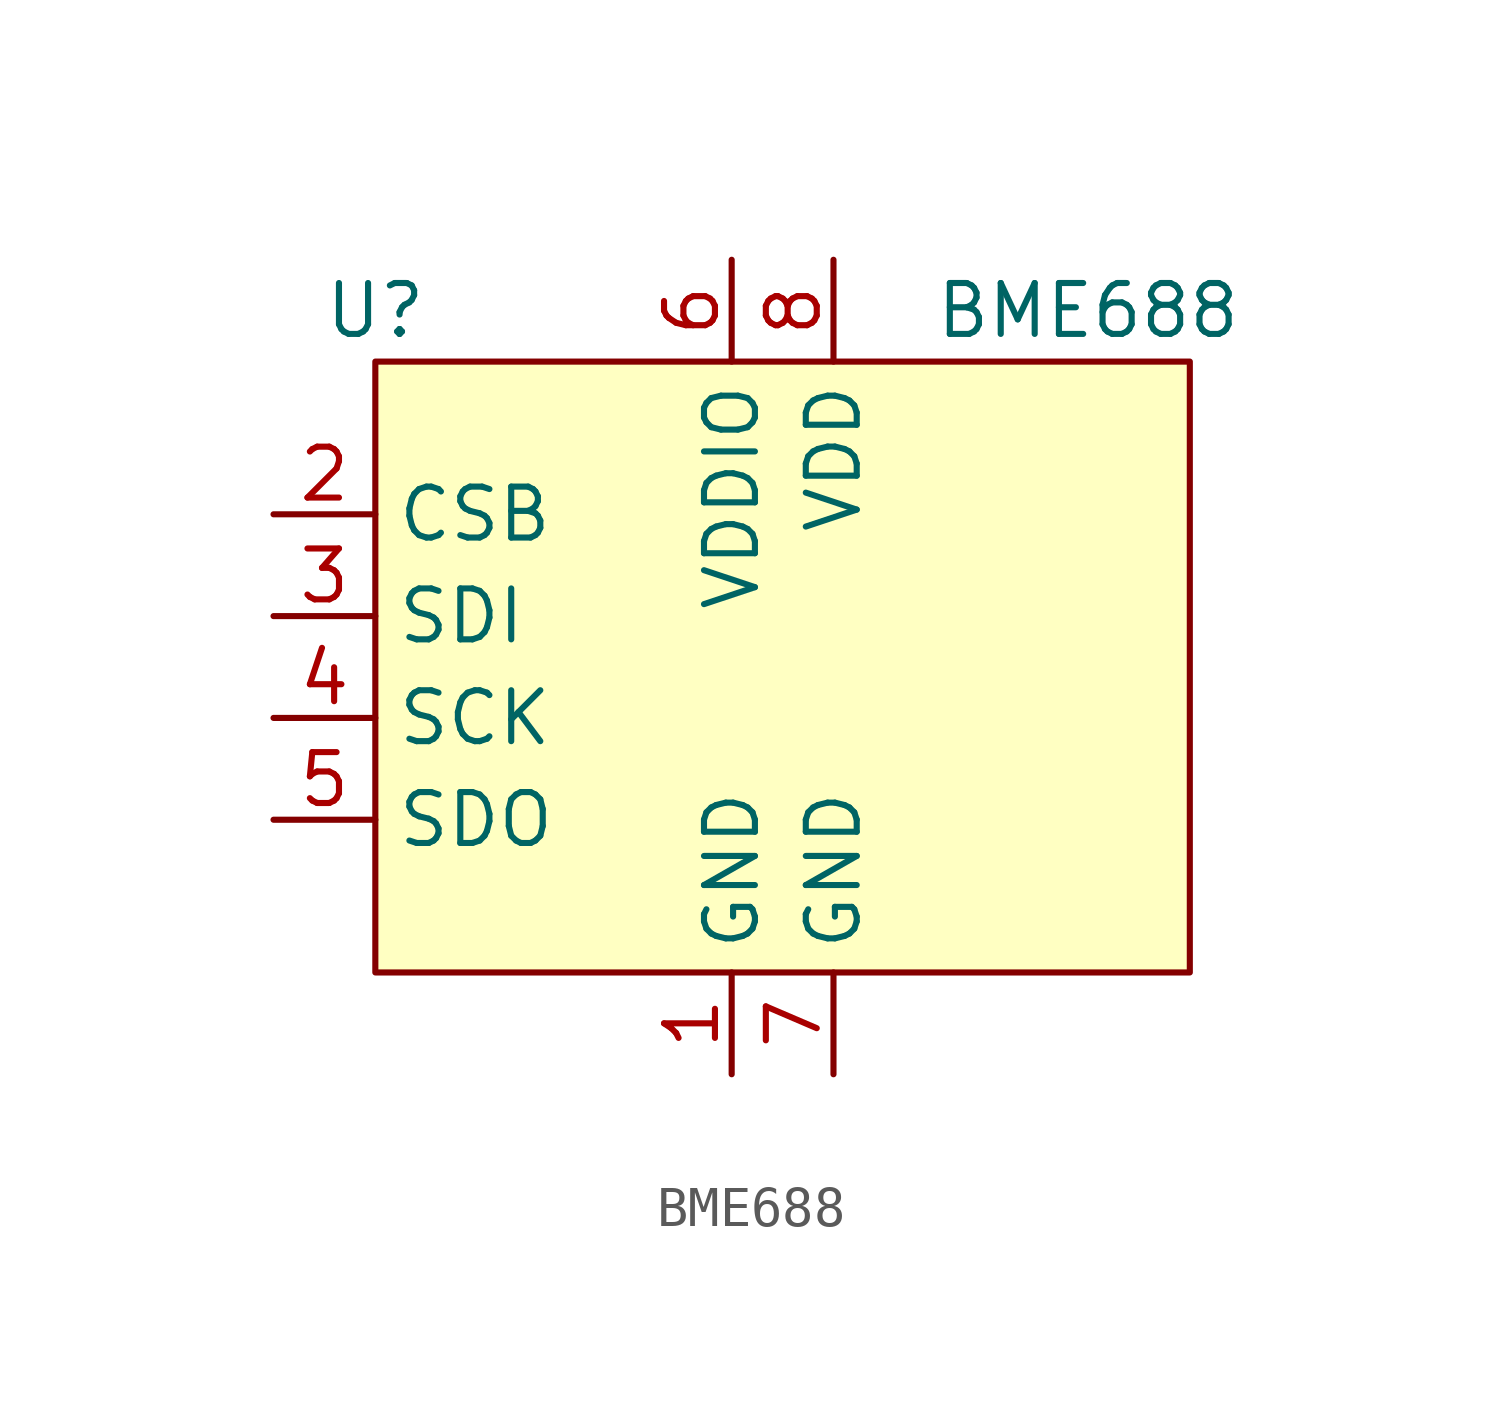
<source format=kicad_sym>
(kicad_symbol_lib
  (version 20211014)
  (generator kicad_symbol_editor)
  (symbol "BME688"
    (property "Reference" "U"
      (at -10.16 8.89 0)
      (effects (font (size 1.27 1.27))))
    (property "Value" "BME688"
      (at 7.62 8.89 0)
      (effects (font (size 1.27 1.27))))
    (symbol "BME688_0_0"
      (pin power_in line (at -1.27 -10.16 90) (length 2.54) (name "GND" (effects (font (size 1.27 1.27)))) (number "1" (effects (font (size 1.27 1.27)))))
      (pin input line (at -12.7 3.81 0) (length 2.54) (name "CSB" (effects (font (size 1.27 1.27)))) (number "2" (effects (font (size 1.27 1.27)))))
      (pin bidirectional line (at -12.7 1.27 0) (length 2.54) (name "SDI" (effects (font (size 1.27 1.27)))) (number "3" (effects (font (size 1.27 1.27)))))
      (pin input line (at -12.7 -1.27 0) (length 2.54) (name "SCK" (effects (font (size 1.27 1.27)))) (number "4" (effects (font (size 1.27 1.27)))))
      (pin output line (at -12.7 -3.81 0) (length 2.54) (name "SDO" (effects (font (size 1.27 1.27)))) (number "5" (effects (font (size 1.27 1.27)))))
      (pin power_in line (at -1.27 10.16 270) (length 2.54) (name "VDDIO" (effects (font (size 1.27 1.27)))) (number "6" (effects (font (size 1.27 1.27)))))
      (pin power_in line (at 1.27 -10.16 90) (length 2.54) (name "GND" (effects (font (size 1.27 1.27)))) (number "7" (effects (font (size 1.27 1.27)))))
      (pin power_in line (at 1.27 10.16 270) (length 2.54) (name "VDD" (effects (font (size 1.27 1.27)))) (number "8" (effects (font (size 1.27 1.27))))))
    (symbol "BME688_0_1"
      (rectangle (start -10.16 7.62) (end 10.16 -7.62) (stroke (width 0) (type default) (color 0 0 0 0)) (fill (type background))))))
</source>
